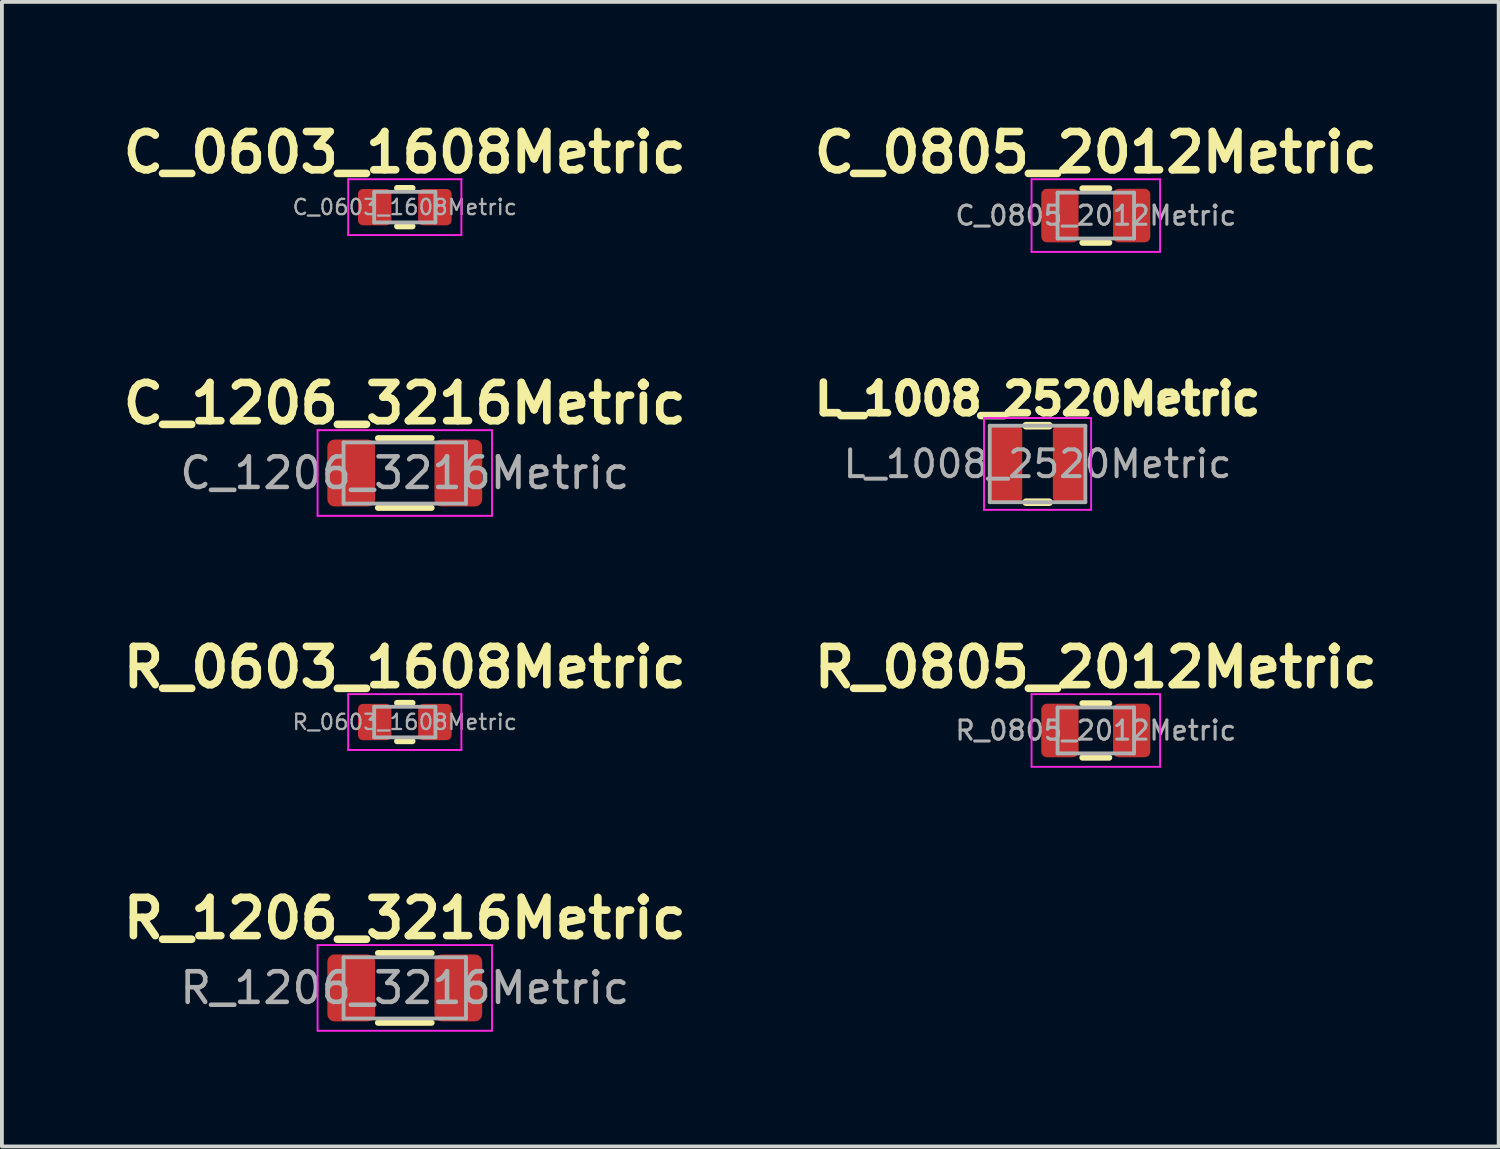
<source format=kicad_pcb>
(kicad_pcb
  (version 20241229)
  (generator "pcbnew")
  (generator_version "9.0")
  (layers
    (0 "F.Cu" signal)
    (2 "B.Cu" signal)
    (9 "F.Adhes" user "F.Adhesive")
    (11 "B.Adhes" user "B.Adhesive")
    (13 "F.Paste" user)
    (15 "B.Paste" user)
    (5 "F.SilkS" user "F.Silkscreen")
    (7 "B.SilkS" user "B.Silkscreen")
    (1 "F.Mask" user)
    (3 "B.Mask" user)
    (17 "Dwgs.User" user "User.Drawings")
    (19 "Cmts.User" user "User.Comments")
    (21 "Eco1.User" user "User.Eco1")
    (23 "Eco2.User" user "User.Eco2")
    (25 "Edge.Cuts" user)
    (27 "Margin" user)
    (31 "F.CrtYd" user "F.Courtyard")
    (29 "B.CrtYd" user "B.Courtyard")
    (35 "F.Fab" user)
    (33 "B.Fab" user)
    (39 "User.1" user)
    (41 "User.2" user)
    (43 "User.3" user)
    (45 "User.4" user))
  (footprint "L_1008_2520Metric"
    (layer "F.Cu")
    (at 24.077 9.08)
    (property "Reference" "L_1008_2520Metric" (at 0 -1.7 0) (layer "F.SilkS") (effects (font (size 0.8 0.8) (thickness 0.2))))
    (attr smd)
    (fp_line (start -0.3 -1) (end 0.3 -1) (stroke (width 0.2) (type solid)) (layer "F.SilkS"))
    (fp_line (start -0.3 1) (end 0.3 1) (stroke (width 0.2) (type solid)) (layer "F.SilkS"))
    (fp_line (start -1.4 -1.2) (end -1.4 1.2) (stroke (width 0.05) (type solid)) (layer "F.CrtYd"))
    (fp_line (start -1.4 1.2) (end 1.4 1.2) (stroke (width 0.05) (type solid)) (layer "F.CrtYd"))
    (fp_line (start 1.4 -1.2) (end -1.4 -1.2) (stroke (width 0.05) (type solid)) (layer "F.CrtYd"))
    (fp_line (start 1.4 1.2) (end 1.4 -1.2) (stroke (width 0.05) (type solid)) (layer "F.CrtYd"))
    (fp_line (start -1.25 -1) (end -1.25 1) (stroke (width 0.1) (type solid)) (layer "F.Fab"))
    (fp_line (start -1.25 1) (end 1.25 1) (stroke (width 0.1) (type solid)) (layer "F.Fab"))
    (fp_line (start 1.25 -1) (end -1.25 -1) (stroke (width 0.1) (type solid)) (layer "F.Fab"))
    (fp_line (start 1.25 1) (end 1.25 -1) (stroke (width 0.1) (type solid)) (layer "F.Fab"))
    (fp_text user "${REFERENCE}" (at 0 0 0) (layer "F.Fab") (effects (font (size 0.7 0.7) (thickness 0.105))))
    (pad "1" smd roundrect (at -0.825 0) (size 0.85 2) (layers "F.Cu" "F.Mask" "F.Paste") (roundrect_rratio 0.15))
    (pad "2" smd roundrect (at 0.825 0) (size 0.85 2) (layers "F.Cu" "F.Mask" "F.Paste") (roundrect_rratio 0.15)))
  (footprint "C_0805_2012Metric"
    (layer "F.Cu")
    (at 25.6 2.586)
    (property "Reference" "C_0805_2012Metric" (at 0 -1.65 0) (layer "F.SilkS") (effects (font (size 1 1) (thickness 0.2))))
    (attr smd)
    (fp_line (start -0.35 -0.71) (end 0.35 -0.71) (stroke (width 0.16) (type solid)) (layer "F.SilkS"))
    (fp_line (start -0.35 0.71) (end 0.35 0.71) (stroke (width 0.16) (type solid)) (layer "F.SilkS"))
    (fp_line (start -1.68 -0.95) (end 1.68 -0.95) (stroke (width 0.05) (type solid)) (layer "F.CrtYd"))
    (fp_line (start -1.68 0.95) (end -1.68 -0.95) (stroke (width 0.05) (type solid)) (layer "F.CrtYd"))
    (fp_line (start 1.68 -0.95) (end 1.68 0.95) (stroke (width 0.05) (type solid)) (layer "F.CrtYd"))
    (fp_line (start 1.68 0.95) (end -1.68 0.95) (stroke (width 0.05) (type solid)) (layer "F.CrtYd"))
    (fp_line (start -1 -0.6) (end 1 -0.6) (stroke (width 0.1) (type solid)) (layer "F.Fab"))
    (fp_line (start -1 0.6) (end -1 -0.6) (stroke (width 0.1) (type solid)) (layer "F.Fab"))
    (fp_line (start 1 -0.6) (end 1 0.6) (stroke (width 0.1) (type solid)) (layer "F.Fab"))
    (fp_line (start 1 0.6) (end -1 0.6) (stroke (width 0.1) (type solid)) (layer "F.Fab"))
    (fp_text user "${REFERENCE}" (at 0 0 0) (layer "F.Fab") (effects (font (size 0.5 0.5) (thickness 0.08))))
    (pad "1" smd roundrect (at -0.938 0) (size 0.975 1.4) (layers "F.Cu" "F.Mask" "F.Paste") (roundrect_rratio 0.15))
    (pad "2" smd roundrect (at 0.938 0) (size 0.975 1.4) (layers "F.Cu" "F.Mask" "F.Paste") (roundrect_rratio 0.15)))
  (footprint "R_0805_2012Metric"
    (layer "F.Cu")
    (at 25.6 16.048)
    (property "Reference" "R_0805_2012Metric" (at 0 -1.65 0) (layer "F.SilkS") (effects (font (size 1 1) (thickness 0.2))))
    (attr smd)
    (fp_line (start -0.35 -0.71) (end 0.35 -0.71) (stroke (width 0.16) (type solid)) (layer "F.SilkS"))
    (fp_line (start -0.35 0.71) (end 0.35 0.71) (stroke (width 0.16) (type solid)) (layer "F.SilkS"))
    (fp_line (start -1.68 -0.95) (end 1.68 -0.95) (stroke (width 0.05) (type solid)) (layer "F.CrtYd"))
    (fp_line (start -1.68 0.95) (end -1.68 -0.95) (stroke (width 0.05) (type solid)) (layer "F.CrtYd"))
    (fp_line (start 1.68 -0.95) (end 1.68 0.95) (stroke (width 0.05) (type solid)) (layer "F.CrtYd"))
    (fp_line (start 1.68 0.95) (end -1.68 0.95) (stroke (width 0.05) (type solid)) (layer "F.CrtYd"))
    (fp_line (start -1 -0.6) (end 1 -0.6) (stroke (width 0.1) (type solid)) (layer "F.Fab"))
    (fp_line (start -1 0.6) (end -1 -0.6) (stroke (width 0.1) (type solid)) (layer "F.Fab"))
    (fp_line (start 1 -0.6) (end 1 0.6) (stroke (width 0.1) (type solid)) (layer "F.Fab"))
    (fp_line (start 1 0.6) (end -1 0.6) (stroke (width 0.1) (type solid)) (layer "F.Fab"))
    (fp_text user "${REFERENCE}" (at 0 0 0) (layer "F.Fab") (effects (font (size 0.5 0.5) (thickness 0.08))))
    (pad "1" smd roundrect (at -0.938 0) (size 0.975 1.4) (layers "F.Cu" "F.Mask" "F.Paste") (roundrect_rratio 0.15))
    (pad "2" smd roundrect (at 0.938 0) (size 0.975 1.4) (layers "F.Cu" "F.Mask" "F.Paste") (roundrect_rratio 0.15)))
  (footprint "R_1206_3216Metric"
    (layer "F.Cu")
    (at 7.533 22.779)
    (property "Reference" "R_1206_3216Metric" (at 0 -1.82 0) (layer "F.SilkS") (effects (font (size 1 1) (thickness 0.2))))
    (attr smd)
    (fp_line (start -0.7 -0.91) (end 0.7 -0.91) (stroke (width 0.16) (type solid)) (layer "F.SilkS"))
    (fp_line (start -0.7 0.91) (end 0.7 0.91) (stroke (width 0.16) (type solid)) (layer "F.SilkS"))
    (fp_line (start -2.28 -1.12) (end 2.28 -1.12) (stroke (width 0.05) (type solid)) (layer "F.CrtYd"))
    (fp_line (start -2.28 1.12) (end -2.28 -1.12) (stroke (width 0.05) (type solid)) (layer "F.CrtYd"))
    (fp_line (start 2.28 -1.12) (end 2.28 1.12) (stroke (width 0.05) (type solid)) (layer "F.CrtYd"))
    (fp_line (start 2.28 1.12) (end -2.28 1.12) (stroke (width 0.05) (type solid)) (layer "F.CrtYd"))
    (fp_line (start -1.6 -0.8) (end 1.6 -0.8) (stroke (width 0.1) (type solid)) (layer "F.Fab"))
    (fp_line (start -1.6 0.8) (end -1.6 -0.8) (stroke (width 0.1) (type solid)) (layer "F.Fab"))
    (fp_line (start 1.6 -0.8) (end 1.6 0.8) (stroke (width 0.1) (type solid)) (layer "F.Fab"))
    (fp_line (start 1.6 0.8) (end -1.6 0.8) (stroke (width 0.1) (type solid)) (layer "F.Fab"))
    (fp_text user "${REFERENCE}" (at 0 0 0) (layer "F.Fab") (effects (font (size 0.8 0.8) (thickness 0.12))))
    (pad "1" smd roundrect (at -1.4 0) (size 1.25 1.75) (layers "F.Cu" "F.Mask" "F.Paste") (roundrect_rratio 0.15))
    (pad "2" smd roundrect (at 1.4 0) (size 1.25 1.75) (layers "F.Cu" "F.Mask" "F.Paste") (roundrect_rratio 0.15)))
  (footprint "R_0603_1608Metric"
    (layer "F.Cu")
    (at 7.533 15.828)
    (property "Reference" "R_0603_1608Metric" (at 0 -1.43 0) (layer "F.SilkS") (effects (font (size 1 1) (thickness 0.2))))
    (attr smd)
    (fp_line (start -0.2 -0.5) (end 0.2 -0.5) (stroke (width 0.16) (type solid)) (layer "F.SilkS"))
    (fp_line (start -0.2 0.5) (end 0.2 0.5) (stroke (width 0.16) (type solid)) (layer "F.SilkS"))
    (fp_line (start -1.48 -0.73) (end 1.48 -0.73) (stroke (width 0.05) (type solid)) (layer "F.CrtYd"))
    (fp_line (start -1.48 0.73) (end -1.48 -0.73) (stroke (width 0.05) (type solid)) (layer "F.CrtYd"))
    (fp_line (start 1.48 -0.73) (end 1.48 0.73) (stroke (width 0.05) (type solid)) (layer "F.CrtYd"))
    (fp_line (start 1.48 0.73) (end -1.48 0.73) (stroke (width 0.05) (type solid)) (layer "F.CrtYd"))
    (fp_line (start -0.8 -0.4) (end 0.8 -0.4) (stroke (width 0.1) (type solid)) (layer "F.Fab"))
    (fp_line (start -0.8 0.4) (end -0.8 -0.4) (stroke (width 0.1) (type solid)) (layer "F.Fab"))
    (fp_line (start 0.8 -0.4) (end 0.8 0.4) (stroke (width 0.1) (type solid)) (layer "F.Fab"))
    (fp_line (start 0.8 0.4) (end -0.8 0.4) (stroke (width 0.1) (type solid)) (layer "F.Fab"))
    (fp_text user "${REFERENCE}" (at 0 0 0) (layer "F.Fab") (effects (font (size 0.4 0.4) (thickness 0.06))))
    (pad "1" smd roundrect (at -0.787 0) (size 0.875 0.95) (layers "F.Cu" "F.Mask" "F.Paste") (roundrect_rratio 0.15))
    (pad "2" smd roundrect (at 0.787 0) (size 0.875 0.95) (layers "F.Cu" "F.Mask" "F.Paste") (roundrect_rratio 0.15)))
  (footprint "C_1206_3216Metric"
    (layer "F.Cu")
    (at 7.533 9.317)
    (property "Reference" "C_1206_3216Metric" (at 0 -1.82 0) (layer "F.SilkS") (effects (font (size 1 1) (thickness 0.2))))
    (attr smd)
    (fp_line (start -0.7 -0.91) (end 0.7 -0.91) (stroke (width 0.16) (type solid)) (layer "F.SilkS"))
    (fp_line (start -0.7 0.91) (end 0.7 0.91) (stroke (width 0.16) (type solid)) (layer "F.SilkS"))
    (fp_line (start -2.28 -1.12) (end 2.28 -1.12) (stroke (width 0.05) (type solid)) (layer "F.CrtYd"))
    (fp_line (start -2.28 1.12) (end -2.28 -1.12) (stroke (width 0.05) (type solid)) (layer "F.CrtYd"))
    (fp_line (start 2.28 -1.12) (end 2.28 1.12) (stroke (width 0.05) (type solid)) (layer "F.CrtYd"))
    (fp_line (start 2.28 1.12) (end -2.28 1.12) (stroke (width 0.05) (type solid)) (layer "F.CrtYd"))
    (fp_line (start -1.6 -0.8) (end 1.6 -0.8) (stroke (width 0.1) (type solid)) (layer "F.Fab"))
    (fp_line (start -1.6 0.8) (end -1.6 -0.8) (stroke (width 0.1) (type solid)) (layer "F.Fab"))
    (fp_line (start 1.6 -0.8) (end 1.6 0.8) (stroke (width 0.1) (type solid)) (layer "F.Fab"))
    (fp_line (start 1.6 0.8) (end -1.6 0.8) (stroke (width 0.1) (type solid)) (layer "F.Fab"))
    (fp_text user "${REFERENCE}" (at 0 0 0) (layer "F.Fab") (effects (font (size 0.8 0.8) (thickness 0.12))))
    (pad "1" smd roundrect (at -1.4 0) (size 1.25 1.75) (layers "F.Cu" "F.Mask" "F.Paste") (roundrect_rratio 0.15))
    (pad "2" smd roundrect (at 1.4 0) (size 1.25 1.75) (layers "F.Cu" "F.Mask" "F.Paste") (roundrect_rratio 0.15)))
  (footprint "C_0603_1608Metric"
    (layer "F.Cu")
    (at 7.533 2.366)
    (property "Reference" "C_0603_1608Metric" (at 0 -1.43 0) (layer "F.SilkS") (effects (font (size 1 1) (thickness 0.2))))
    (attr smd)
    (fp_line (start -0.2 -0.5) (end 0.2 -0.5) (stroke (width 0.16) (type solid)) (layer "F.SilkS"))
    (fp_line (start -0.2 0.5) (end 0.2 0.5) (stroke (width 0.16) (type solid)) (layer "F.SilkS"))
    (fp_line (start -1.48 -0.73) (end 1.48 -0.73) (stroke (width 0.05) (type solid)) (layer "F.CrtYd"))
    (fp_line (start -1.48 0.73) (end -1.48 -0.73) (stroke (width 0.05) (type solid)) (layer "F.CrtYd"))
    (fp_line (start 1.48 -0.73) (end 1.48 0.73) (stroke (width 0.05) (type solid)) (layer "F.CrtYd"))
    (fp_line (start 1.48 0.73) (end -1.48 0.73) (stroke (width 0.05) (type solid)) (layer "F.CrtYd"))
    (fp_line (start -0.8 -0.4) (end 0.8 -0.4) (stroke (width 0.1) (type solid)) (layer "F.Fab"))
    (fp_line (start -0.8 0.4) (end -0.8 -0.4) (stroke (width 0.1) (type solid)) (layer "F.Fab"))
    (fp_line (start 0.8 -0.4) (end 0.8 0.4) (stroke (width 0.1) (type solid)) (layer "F.Fab"))
    (fp_line (start 0.8 0.4) (end -0.8 0.4) (stroke (width 0.1) (type solid)) (layer "F.Fab"))
    (fp_text user "${REFERENCE}" (at 0 0 0) (layer "F.Fab") (effects (font (size 0.4 0.4) (thickness 0.06))))
    (pad "1" smd roundrect (at -0.787 0) (size 0.875 0.95) (layers "F.Cu" "F.Mask" "F.Paste") (roundrect_rratio 0.15))
    (pad "2" smd roundrect (at 0.787 0) (size 0.875 0.95) (layers "F.Cu" "F.Mask" "F.Paste") (roundrect_rratio 0.15)))
  (gr_rect
    (start -3 -3)
    (end 36.133 26.924)
    (stroke (width 0.1) (type default))
    (fill no)
    (layer "Edge.Cuts")))
</source>
